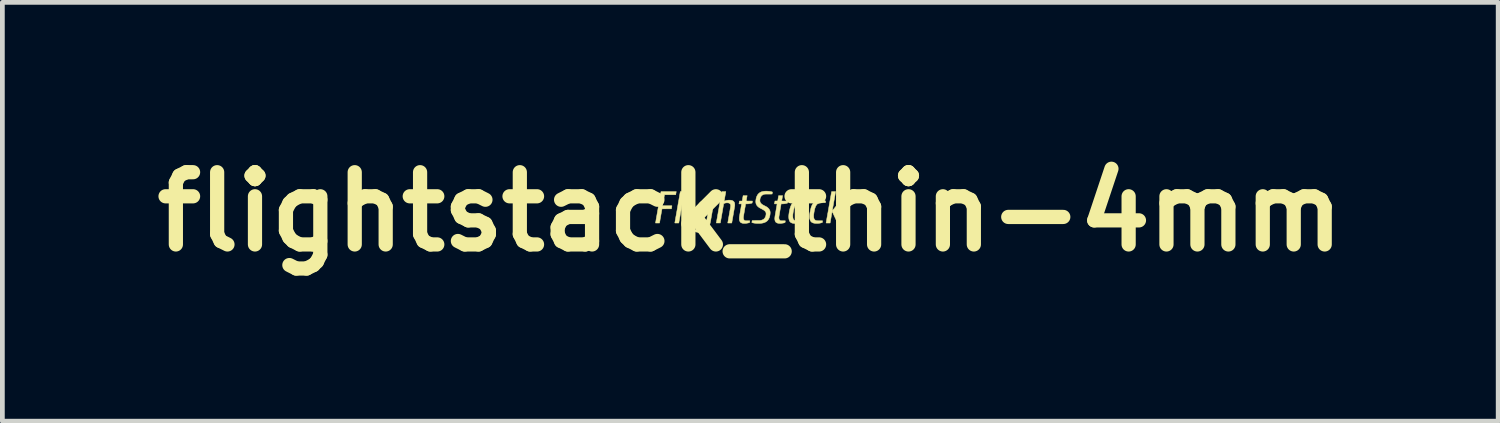
<source format=kicad_pcb>
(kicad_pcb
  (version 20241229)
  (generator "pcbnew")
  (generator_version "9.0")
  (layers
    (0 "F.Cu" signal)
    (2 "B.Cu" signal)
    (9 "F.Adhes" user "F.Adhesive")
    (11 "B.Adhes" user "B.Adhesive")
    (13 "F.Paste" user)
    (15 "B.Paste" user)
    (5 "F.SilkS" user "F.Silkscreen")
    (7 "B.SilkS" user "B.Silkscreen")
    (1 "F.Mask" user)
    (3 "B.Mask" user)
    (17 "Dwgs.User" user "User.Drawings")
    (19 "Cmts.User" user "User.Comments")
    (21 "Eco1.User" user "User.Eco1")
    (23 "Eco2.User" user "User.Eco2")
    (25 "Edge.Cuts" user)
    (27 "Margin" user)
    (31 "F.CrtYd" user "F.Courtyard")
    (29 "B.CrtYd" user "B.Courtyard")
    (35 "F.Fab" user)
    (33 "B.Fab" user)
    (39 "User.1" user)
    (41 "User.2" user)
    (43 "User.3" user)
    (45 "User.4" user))
  (footprint "flightstack_thin-4mm"
    (layer "F.Cu")
    (at 12.78 1.418)
    (property "Reference" "flightstack_thin-4mm" (at 0 0 0) (layer "F.SilkS") (effects (font (size 1.524 1.524) (thickness 0.3))))
    (attr through_hole)
    (fp_poly (pts (xy -1.242 -0.406) (xy -1.234 -0.406) (xy -1.226 -0.406) (xy -1.22 -0.406) (xy -1.178 -0.406) (xy -1.184 -0.366) (xy -1.186 -0.357) (xy -1.187 -0.348) (xy -1.189 -0.34) (xy -1.19 -0.332) (xy -1.191 -0.325) (xy -1.192 -0.32) (xy -1.193 -0.315) (xy -1.193 -0.314) (xy -1.195 -0.302) (xy -1.237 -0.302) (xy -1.247 -0.302) (xy -1.256 -0.302) (xy -1.263 -0.302) (xy -1.268 -0.302) (xy -1.272 -0.303) (xy -1.275 -0.303) (xy -1.277 -0.303) (xy -1.278 -0.303) (xy -1.279 -0.303) (xy -1.279 -0.304) (xy -1.279 -0.304) (xy -1.279 -0.305) (xy -1.279 -0.308) (xy -1.278 -0.312) (xy -1.277 -0.318) (xy -1.276 -0.324) (xy -1.275 -0.331) (xy -1.274 -0.339) (xy -1.272 -0.348) (xy -1.271 -0.356) (xy -1.269 -0.365) (xy -1.268 -0.373) (xy -1.267 -0.381) (xy -1.265 -0.388) (xy -1.264 -0.394) (xy -1.263 -0.399) (xy -1.263 -0.403) (xy -1.262 -0.406) (xy -1.262 -0.406) (xy -1.261 -0.406) (xy -1.258 -0.406) (xy -1.254 -0.406) (xy -1.249 -0.406) (xy -1.242 -0.406)) (stroke (width 0.01) (type solid)) (fill yes) (layer "F.SilkS"))
    (fp_poly (pts (xy -1.271 -0.236) (xy -1.264 -0.236) (xy -1.256 -0.236) (xy -1.249 -0.236) (xy -1.207 -0.236) (xy -1.248 0) (xy -1.252 0.021) (xy -1.256 0.041) (xy -1.259 0.061) (xy -1.262 0.08) (xy -1.266 0.099) (xy -1.269 0.116) (xy -1.272 0.133) (xy -1.275 0.149) (xy -1.277 0.163) (xy -1.279 0.177) (xy -1.282 0.189) (xy -1.284 0.201) (xy -1.285 0.21) (xy -1.287 0.219) (xy -1.288 0.225) (xy -1.289 0.231) (xy -1.29 0.234) (xy -1.29 0.236) (xy -1.29 0.236) (xy -1.291 0.236) (xy -1.293 0.237) (xy -1.298 0.237) (xy -1.303 0.237) (xy -1.31 0.237) (xy -1.317 0.237) (xy -1.325 0.237) (xy -1.332 0.237) (xy -1.343 0.237) (xy -1.351 0.237) (xy -1.359 0.237) (xy -1.364 0.237) (xy -1.368 0.237) (xy -1.371 0.236) (xy -1.373 0.236) (xy -1.374 0.236) (xy -1.374 0.236) (xy -1.374 0.235) (xy -1.374 0.232) (xy -1.373 0.228) (xy -1.372 0.221) (xy -1.371 0.214) (xy -1.369 0.205) (xy -1.367 0.195) (xy -1.365 0.184) (xy -1.363 0.171) (xy -1.361 0.158) (xy -1.358 0.143) (xy -1.355 0.128) (xy -1.353 0.112) (xy -1.35 0.096) (xy -1.347 0.079) (xy -1.344 0.061) (xy -1.341 0.043) (xy -1.337 0.025) (xy -1.334 0.007) (xy -1.331 -0.011) (xy -1.328 -0.029) (xy -1.325 -0.047) (xy -1.322 -0.065) (xy -1.319 -0.082) (xy -1.316 -0.099) (xy -1.313 -0.115) (xy -1.31 -0.131) (xy -1.307 -0.146) (xy -1.305 -0.16) (xy -1.302 -0.174) (xy -1.3 -0.186) (xy -1.298 -0.197) (xy -1.297 -0.207) (xy -1.295 -0.216) (xy -1.294 -0.223) (xy -1.293 -0.229) (xy -1.292 -0.233) (xy -1.291 -0.235) (xy -1.291 -0.236) (xy -1.29 -0.236) (xy -1.288 -0.236) (xy -1.284 -0.236) (xy -1.278 -0.236) (xy -1.271 -0.236)) (stroke (width 0.01) (type solid)) (fill yes) (layer "F.SilkS"))
    (fp_poly (pts (xy -1.424 -0.426) (xy -1.416 -0.426) (xy -1.409 -0.425) (xy -1.404 -0.425) (xy -1.4 -0.425) (xy -1.397 -0.425) (xy -1.394 -0.425) (xy -1.393 -0.425) (xy -1.392 -0.424) (xy -1.392 -0.424) (xy -1.392 -0.424) (xy -1.392 -0.423) (xy -1.393 -0.42) (xy -1.394 -0.416) (xy -1.395 -0.41) (xy -1.396 -0.402) (xy -1.398 -0.393) (xy -1.399 -0.383) (xy -1.402 -0.371) (xy -1.404 -0.358) (xy -1.406 -0.344) (xy -1.409 -0.328) (xy -1.412 -0.312) (xy -1.415 -0.295) (xy -1.418 -0.277) (xy -1.421 -0.259) (xy -1.424 -0.239) (xy -1.428 -0.22) (xy -1.432 -0.199) (xy -1.435 -0.179) (xy -1.439 -0.158) (xy -1.443 -0.136) (xy -1.446 -0.115) (xy -1.45 -0.093) (xy -1.454 -0.072) (xy -1.458 -0.05) (xy -1.461 -0.029) (xy -1.465 -0.008) (xy -1.469 0.013) (xy -1.472 0.033) (xy -1.476 0.053) (xy -1.479 0.072) (xy -1.482 0.091) (xy -1.485 0.108) (xy -1.488 0.125) (xy -1.491 0.142) (xy -1.494 0.157) (xy -1.496 0.171) (xy -1.499 0.184) (xy -1.501 0.196) (xy -1.503 0.206) (xy -1.504 0.215) (xy -1.506 0.223) (xy -1.507 0.229) (xy -1.507 0.233) (xy -1.508 0.234) (xy -1.508 0.237) (xy -1.55 0.237) (xy -1.56 0.237) (xy -1.569 0.237) (xy -1.575 0.237) (xy -1.581 0.237) (xy -1.585 0.237) (xy -1.588 0.237) (xy -1.59 0.236) (xy -1.591 0.236) (xy -1.592 0.236) (xy -1.592 0.236) (xy -1.592 0.235) (xy -1.592 0.234) (xy -1.592 0.231) (xy -1.591 0.227) (xy -1.59 0.221) (xy -1.588 0.213) (xy -1.587 0.203) (xy -1.585 0.193) (xy -1.583 0.18) (xy -1.58 0.167) (xy -1.578 0.152) (xy -1.575 0.136) (xy -1.572 0.119) (xy -1.569 0.101) (xy -1.565 0.081) (xy -1.562 0.061) (xy -1.558 0.04) (xy -1.554 0.018) (xy -1.55 -0.004) (xy -1.546 -0.027) (xy -1.542 -0.051) (xy -1.538 -0.075) (xy -1.534 -0.095) (xy -1.53 -0.12) (xy -1.526 -0.144) (xy -1.522 -0.168) (xy -1.518 -0.191) (xy -1.514 -0.213) (xy -1.51 -0.235) (xy -1.506 -0.256) (xy -1.503 -0.276) (xy -1.499 -0.295) (xy -1.496 -0.313) (xy -1.493 -0.329) (xy -1.491 -0.345) (xy -1.488 -0.36) (xy -1.486 -0.373) (xy -1.484 -0.385) (xy -1.482 -0.395) (xy -1.48 -0.404) (xy -1.479 -0.412) (xy -1.478 -0.418) (xy -1.477 -0.422) (xy -1.477 -0.424) (xy -1.477 -0.425) (xy -1.476 -0.425) (xy -1.473 -0.425) (xy -1.469 -0.425) (xy -1.463 -0.425) (xy -1.457 -0.425) (xy -1.449 -0.426) (xy -1.441 -0.426) (xy -1.434 -0.426) (xy -1.424 -0.426)) (stroke (width 0.01) (type solid)) (fill yes) (layer "F.SilkS"))
    (fp_poly (pts (xy -1.562 -0.423) (xy -1.563 -0.421) (xy -1.563 -0.418) (xy -1.564 -0.414) (xy -1.565 -0.408) (xy -1.566 -0.402) (xy -1.567 -0.394) (xy -1.568 -0.392) (xy -1.569 -0.385) (xy -1.57 -0.378) (xy -1.571 -0.372) (xy -1.572 -0.367) (xy -1.572 -0.364) (xy -1.573 -0.362) (xy -1.573 -0.361) (xy -1.573 -0.359) (xy -1.81 -0.359) (xy -1.83 -0.244) (xy -1.833 -0.23) (xy -1.836 -0.216) (xy -1.838 -0.202) (xy -1.84 -0.19) (xy -1.842 -0.178) (xy -1.844 -0.167) (xy -1.846 -0.157) (xy -1.847 -0.149) (xy -1.849 -0.142) (xy -1.85 -0.136) (xy -1.85 -0.132) (xy -1.851 -0.129) (xy -1.851 -0.128) (xy -1.851 -0.128) (xy -1.85 -0.128) (xy -1.848 -0.128) (xy -1.845 -0.128) (xy -1.841 -0.127) (xy -1.836 -0.127) (xy -1.829 -0.127) (xy -1.822 -0.127) (xy -1.813 -0.127) (xy -1.803 -0.127) (xy -1.791 -0.127) (xy -1.777 -0.127) (xy -1.761 -0.127) (xy -1.752 -0.127) (xy -1.735 -0.127) (xy -1.721 -0.127) (xy -1.708 -0.127) (xy -1.697 -0.127) (xy -1.687 -0.127) (xy -1.679 -0.127) (xy -1.672 -0.127) (xy -1.666 -0.127) (xy -1.661 -0.127) (xy -1.658 -0.126) (xy -1.655 -0.126) (xy -1.654 -0.126) (xy -1.653 -0.126) (xy -1.653 -0.126) (xy -1.653 -0.125) (xy -1.654 -0.122) (xy -1.654 -0.118) (xy -1.655 -0.112) (xy -1.656 -0.106) (xy -1.658 -0.099) (xy -1.658 -0.093) (xy -1.664 -0.062) (xy -1.763 -0.062) (xy -1.863 -0.061) (xy -1.883 0.054) (xy -1.886 0.069) (xy -1.888 0.085) (xy -1.891 0.1) (xy -1.893 0.114) (xy -1.896 0.129) (xy -1.898 0.142) (xy -1.901 0.155) (xy -1.903 0.167) (xy -1.904 0.177) (xy -1.906 0.187) (xy -1.907 0.195) (xy -1.908 0.201) (xy -1.909 0.203) (xy -1.915 0.237) (xy -2 0.237) (xy -1.998 0.23) (xy -1.998 0.229) (xy -1.997 0.225) (xy -1.997 0.22) (xy -1.995 0.214) (xy -1.994 0.206) (xy -1.992 0.196) (xy -1.99 0.185) (xy -1.988 0.172) (xy -1.986 0.158) (xy -1.983 0.143) (xy -1.98 0.127) (xy -1.977 0.109) (xy -1.974 0.091) (xy -1.97 0.071) (xy -1.967 0.051) (xy -1.963 0.03) (xy -1.959 0.008) (xy -1.955 -0.015) (xy -1.951 -0.038) (xy -1.947 -0.062) (xy -1.943 -0.086) (xy -1.941 -0.099) (xy -1.936 -0.123) (xy -1.932 -0.147) (xy -1.928 -0.17) (xy -1.924 -0.193) (xy -1.92 -0.215) (xy -1.916 -0.237) (xy -1.913 -0.257) (xy -1.909 -0.277) (xy -1.906 -0.296) (xy -1.903 -0.314) (xy -1.9 -0.33) (xy -1.897 -0.346) (xy -1.895 -0.36) (xy -1.892 -0.373) (xy -1.89 -0.385) (xy -1.889 -0.395) (xy -1.887 -0.404) (xy -1.886 -0.411) (xy -1.885 -0.417) (xy -1.884 -0.42) (xy -1.884 -0.423) (xy -1.884 -0.423) (xy -1.883 -0.426) (xy -1.562 -0.426) (xy -1.562 -0.423)) (stroke (width 0.01) (type solid)) (fill yes) (layer "F.SilkS"))
    (fp_poly (pts (xy 1.486 -0.245) (xy 1.495 -0.245) (xy 1.503 -0.244) (xy 1.51 -0.244) (xy 1.516 -0.243) (xy 1.517 -0.243) (xy 1.526 -0.242) (xy 1.536 -0.24) (xy 1.546 -0.238) (xy 1.556 -0.236) (xy 1.564 -0.235) (xy 1.564 -0.234) (xy 1.569 -0.233) (xy 1.575 -0.232) (xy 1.58 -0.23) (xy 1.584 -0.229) (xy 1.587 -0.228) (xy 1.589 -0.227) (xy 1.59 -0.227) (xy 1.59 -0.225) (xy 1.59 -0.223) (xy 1.589 -0.219) (xy 1.588 -0.214) (xy 1.587 -0.208) (xy 1.587 -0.208) (xy 1.584 -0.19) (xy 1.538 -0.19) (xy 1.529 -0.19) (xy 1.519 -0.189) (xy 1.51 -0.189) (xy 1.501 -0.189) (xy 1.494 -0.189) (xy 1.487 -0.189) (xy 1.482 -0.189) (xy 1.479 -0.189) (xy 1.464 -0.187) (xy 1.451 -0.184) (xy 1.438 -0.179) (xy 1.427 -0.173) (xy 1.416 -0.165) (xy 1.407 -0.156) (xy 1.398 -0.146) (xy 1.392 -0.136) (xy 1.385 -0.126) (xy 1.379 -0.114) (xy 1.374 -0.101) (xy 1.369 -0.088) (xy 1.364 -0.073) (xy 1.359 -0.056) (xy 1.355 -0.038) (xy 1.351 -0.019) (xy 1.347 0.003) (xy 1.346 0.007) (xy 1.344 0.022) (xy 1.342 0.035) (xy 1.34 0.046) (xy 1.339 0.057) (xy 1.338 0.066) (xy 1.338 0.075) (xy 1.337 0.084) (xy 1.337 0.093) (xy 1.338 0.098) (xy 1.338 0.112) (xy 1.34 0.125) (xy 1.342 0.136) (xy 1.345 0.145) (xy 1.349 0.154) (xy 1.354 0.161) (xy 1.358 0.166) (xy 1.364 0.172) (xy 1.371 0.177) (xy 1.378 0.181) (xy 1.385 0.184) (xy 1.394 0.186) (xy 1.397 0.187) (xy 1.401 0.188) (xy 1.406 0.188) (xy 1.411 0.189) (xy 1.417 0.189) (xy 1.425 0.19) (xy 1.433 0.19) (xy 1.443 0.19) (xy 1.454 0.19) (xy 1.466 0.19) (xy 1.48 0.19) (xy 1.526 0.191) (xy 1.526 0.193) (xy 1.525 0.195) (xy 1.525 0.198) (xy 1.524 0.203) (xy 1.523 0.208) (xy 1.522 0.212) (xy 1.52 0.227) (xy 1.514 0.229) (xy 1.507 0.231) (xy 1.499 0.233) (xy 1.49 0.236) (xy 1.479 0.238) (xy 1.469 0.24) (xy 1.458 0.242) (xy 1.448 0.243) (xy 1.441 0.244) (xy 1.437 0.245) (xy 1.431 0.245) (xy 1.424 0.245) (xy 1.417 0.246) (xy 1.409 0.246) (xy 1.402 0.246) (xy 1.395 0.246) (xy 1.389 0.246) (xy 1.384 0.246) (xy 1.383 0.246) (xy 1.367 0.244) (xy 1.354 0.242) (xy 1.341 0.24) (xy 1.331 0.237) (xy 1.321 0.234) (xy 1.312 0.23) (xy 1.304 0.226) (xy 1.296 0.221) (xy 1.289 0.215) (xy 1.288 0.214) (xy 1.28 0.205) (xy 1.273 0.196) (xy 1.268 0.186) (xy 1.263 0.174) (xy 1.259 0.162) (xy 1.256 0.147) (xy 1.254 0.139) (xy 1.254 0.132) (xy 1.253 0.124) (xy 1.252 0.114) (xy 1.252 0.104) (xy 1.252 0.093) (xy 1.252 0.083) (xy 1.253 0.074) (xy 1.253 0.069) (xy 1.255 0.052) (xy 1.257 0.033) (xy 1.26 0.014) (xy 1.264 -0.005) (xy 1.268 -0.025) (xy 1.272 -0.043) (xy 1.276 -0.061) (xy 1.277 -0.064) (xy 1.283 -0.088) (xy 1.291 -0.11) (xy 1.299 -0.13) (xy 1.308 -0.148) (xy 1.318 -0.165) (xy 1.329 -0.18) (xy 1.34 -0.194) (xy 1.352 -0.205) (xy 1.365 -0.215) (xy 1.373 -0.221) (xy 1.385 -0.227) (xy 1.397 -0.232) (xy 1.411 -0.236) (xy 1.426 -0.24) (xy 1.442 -0.243) (xy 1.448 -0.244) (xy 1.453 -0.244) (xy 1.46 -0.245) (xy 1.468 -0.245) (xy 1.477 -0.245) (xy 1.486 -0.245)) (stroke (width 0.01) (type solid)) (fill yes) (layer "F.SilkS"))
    (fp_poly (pts (xy 0.682 -0.338) (xy 0.682 -0.337) (xy 0.681 -0.334) (xy 0.68 -0.33) (xy 0.679 -0.324) (xy 0.678 -0.317) (xy 0.677 -0.31) (xy 0.675 -0.302) (xy 0.674 -0.293) (xy 0.672 -0.284) (xy 0.671 -0.276) (xy 0.669 -0.267) (xy 0.668 -0.259) (xy 0.667 -0.251) (xy 0.665 -0.244) (xy 0.664 -0.238) (xy 0.663 -0.233) (xy 0.663 -0.229) (xy 0.663 -0.227) (xy 0.662 -0.227) (xy 0.663 -0.227) (xy 0.666 -0.227) (xy 0.67 -0.227) (xy 0.676 -0.227) (xy 0.683 -0.227) (xy 0.691 -0.227) (xy 0.7 -0.226) (xy 0.71 -0.226) (xy 0.721 -0.226) (xy 0.729 -0.226) (xy 0.795 -0.226) (xy 0.791 -0.205) (xy 0.787 -0.184) (xy 0.784 -0.183) (xy 0.781 -0.182) (xy 0.778 -0.181) (xy 0.774 -0.18) (xy 0.771 -0.18) (xy 0.752 -0.175) (xy 0.732 -0.171) (xy 0.711 -0.168) (xy 0.691 -0.167) (xy 0.671 -0.166) (xy 0.67 -0.166) (xy 0.651 -0.166) (xy 0.651 -0.163) (xy 0.65 -0.161) (xy 0.649 -0.157) (xy 0.648 -0.151) (xy 0.647 -0.144) (xy 0.646 -0.136) (xy 0.644 -0.126) (xy 0.642 -0.115) (xy 0.64 -0.104) (xy 0.638 -0.092) (xy 0.636 -0.079) (xy 0.634 -0.066) (xy 0.631 -0.052) (xy 0.629 -0.038) (xy 0.626 -0.024) (xy 0.624 -0.01) (xy 0.622 0.004) (xy 0.619 0.017) (xy 0.617 0.03) (xy 0.615 0.043) (xy 0.613 0.055) (xy 0.611 0.065) (xy 0.61 0.075) (xy 0.608 0.084) (xy 0.607 0.092) (xy 0.606 0.098) (xy 0.605 0.103) (xy 0.605 0.106) (xy 0.605 0.107) (xy 0.604 0.12) (xy 0.604 0.133) (xy 0.606 0.144) (xy 0.608 0.155) (xy 0.612 0.164) (xy 0.617 0.172) (xy 0.623 0.179) (xy 0.629 0.184) (xy 0.63 0.184) (xy 0.632 0.186) (xy 0.634 0.187) (xy 0.636 0.187) (xy 0.639 0.188) (xy 0.641 0.189) (xy 0.645 0.189) (xy 0.65 0.189) (xy 0.655 0.19) (xy 0.662 0.19) (xy 0.67 0.19) (xy 0.679 0.19) (xy 0.69 0.19) (xy 0.693 0.19) (xy 0.74 0.191) (xy 0.737 0.208) (xy 0.736 0.214) (xy 0.735 0.219) (xy 0.734 0.223) (xy 0.734 0.226) (xy 0.733 0.227) (xy 0.733 0.227) (xy 0.732 0.228) (xy 0.73 0.229) (xy 0.726 0.23) (xy 0.721 0.232) (xy 0.716 0.233) (xy 0.711 0.235) (xy 0.706 0.236) (xy 0.701 0.237) (xy 0.683 0.24) (xy 0.665 0.243) (xy 0.649 0.245) (xy 0.633 0.246) (xy 0.619 0.246) (xy 0.606 0.245) (xy 0.606 0.245) (xy 0.591 0.243) (xy 0.578 0.24) (xy 0.566 0.236) (xy 0.556 0.231) (xy 0.547 0.225) (xy 0.543 0.222) (xy 0.538 0.218) (xy 0.535 0.213) (xy 0.531 0.208) (xy 0.529 0.202) (xy 0.524 0.192) (xy 0.521 0.181) (xy 0.519 0.168) (xy 0.517 0.155) (xy 0.517 0.14) (xy 0.518 0.124) (xy 0.52 0.107) (xy 0.52 0.105) (xy 0.52 0.103) (xy 0.521 0.099) (xy 0.522 0.093) (xy 0.523 0.086) (xy 0.524 0.078) (xy 0.526 0.068) (xy 0.528 0.057) (xy 0.53 0.045) (xy 0.532 0.032) (xy 0.535 0.018) (xy 0.537 0.004) (xy 0.54 -0.011) (xy 0.542 -0.026) (xy 0.544 -0.034) (xy 0.546 -0.049) (xy 0.549 -0.064) (xy 0.551 -0.078) (xy 0.554 -0.092) (xy 0.556 -0.105) (xy 0.558 -0.116) (xy 0.56 -0.127) (xy 0.561 -0.137) (xy 0.563 -0.145) (xy 0.564 -0.152) (xy 0.565 -0.157) (xy 0.565 -0.161) (xy 0.566 -0.164) (xy 0.566 -0.164) (xy 0.566 -0.165) (xy 0.565 -0.165) (xy 0.565 -0.165) (xy 0.563 -0.166) (xy 0.561 -0.166) (xy 0.558 -0.166) (xy 0.553 -0.166) (xy 0.547 -0.166) (xy 0.539 -0.166) (xy 0.51 -0.166) (xy 0.51 -0.168) (xy 0.51 -0.17) (xy 0.511 -0.173) (xy 0.512 -0.178) (xy 0.513 -0.183) (xy 0.514 -0.19) (xy 0.515 -0.197) (xy 0.516 -0.199) (xy 0.521 -0.227) (xy 0.578 -0.227) (xy 0.588 -0.283) (xy 0.598 -0.34) (xy 0.682 -0.34) (xy 0.682 -0.338)) (stroke (width 0.01) (type solid)) (fill yes) (layer "F.SilkS"))
    (fp_poly (pts (xy -0.067 -0.338) (xy -0.067 -0.337) (xy -0.068 -0.334) (xy -0.068 -0.33) (xy -0.069 -0.324) (xy -0.07 -0.317) (xy -0.072 -0.31) (xy -0.073 -0.302) (xy -0.075 -0.293) (xy -0.076 -0.285) (xy -0.078 -0.276) (xy -0.079 -0.267) (xy -0.081 -0.259) (xy -0.082 -0.251) (xy -0.083 -0.244) (xy -0.084 -0.238) (xy -0.085 -0.233) (xy -0.086 -0.229) (xy -0.086 -0.227) (xy -0.086 -0.227) (xy -0.085 -0.227) (xy -0.083 -0.227) (xy -0.078 -0.227) (xy -0.073 -0.227) (xy -0.066 -0.227) (xy -0.058 -0.226) (xy -0.048 -0.226) (xy -0.039 -0.226) (xy -0.028 -0.226) (xy -0.02 -0.226) (xy 0.046 -0.226) (xy 0.042 -0.205) (xy 0.039 -0.184) (xy 0.035 -0.183) (xy 0.033 -0.182) (xy 0.029 -0.181) (xy 0.025 -0.18) (xy 0.023 -0.18) (xy 0.003 -0.175) (xy -0.017 -0.171) (xy -0.038 -0.168) (xy -0.058 -0.167) (xy -0.078 -0.166) (xy -0.079 -0.166) (xy -0.097 -0.166) (xy -0.098 -0.163) (xy -0.098 -0.162) (xy -0.099 -0.159) (xy -0.1 -0.154) (xy -0.101 -0.148) (xy -0.102 -0.14) (xy -0.104 -0.131) (xy -0.105 -0.121) (xy -0.107 -0.111) (xy -0.109 -0.099) (xy -0.111 -0.087) (xy -0.114 -0.074) (xy -0.116 -0.061) (xy -0.118 -0.047) (xy -0.121 -0.034) (xy -0.123 -0.02) (xy -0.125 -0.007) (xy -0.127 0.007) (xy -0.13 0.02) (xy -0.132 0.032) (xy -0.134 0.044) (xy -0.136 0.055) (xy -0.137 0.065) (xy -0.139 0.073) (xy -0.14 0.081) (xy -0.141 0.088) (xy -0.142 0.093) (xy -0.143 0.096) (xy -0.143 0.098) (xy -0.144 0.11) (xy -0.145 0.123) (xy -0.144 0.135) (xy -0.143 0.146) (xy -0.14 0.156) (xy -0.137 0.165) (xy -0.136 0.165) (xy -0.134 0.169) (xy -0.13 0.174) (xy -0.126 0.179) (xy -0.122 0.182) (xy -0.119 0.184) (xy -0.117 0.186) (xy -0.115 0.186) (xy -0.113 0.187) (xy -0.11 0.188) (xy -0.107 0.189) (xy -0.104 0.189) (xy -0.099 0.189) (xy -0.094 0.19) (xy -0.087 0.19) (xy -0.079 0.19) (xy -0.07 0.19) (xy -0.059 0.19) (xy -0.056 0.19) (xy -0.009 0.191) (xy -0.012 0.206) (xy -0.013 0.213) (xy -0.014 0.218) (xy -0.014 0.222) (xy -0.015 0.225) (xy -0.016 0.227) (xy -0.017 0.228) (xy -0.018 0.229) (xy -0.02 0.229) (xy -0.022 0.23) (xy -0.022 0.23) (xy -0.032 0.233) (xy -0.043 0.236) (xy -0.055 0.238) (xy -0.068 0.241) (xy -0.081 0.243) (xy -0.095 0.244) (xy -0.097 0.245) (xy -0.108 0.246) (xy -0.118 0.246) (xy -0.127 0.246) (xy -0.136 0.246) (xy -0.143 0.245) (xy -0.158 0.243) (xy -0.172 0.24) (xy -0.183 0.236) (xy -0.194 0.231) (xy -0.203 0.224) (xy -0.211 0.217) (xy -0.217 0.208) (xy -0.222 0.197) (xy -0.227 0.185) (xy -0.23 0.172) (xy -0.23 0.171) (xy -0.231 0.166) (xy -0.231 0.159) (xy -0.231 0.152) (xy -0.231 0.144) (xy -0.231 0.135) (xy -0.231 0.127) (xy -0.23 0.12) (xy -0.23 0.119) (xy -0.23 0.116) (xy -0.23 0.114) (xy -0.23 0.111) (xy -0.229 0.109) (xy -0.229 0.106) (xy -0.228 0.102) (xy -0.228 0.099) (xy -0.227 0.094) (xy -0.226 0.089) (xy -0.225 0.083) (xy -0.224 0.077) (xy -0.223 0.069) (xy -0.221 0.06) (xy -0.22 0.051) (xy -0.218 0.039) (xy -0.216 0.027) (xy -0.213 0.013) (xy -0.211 -0.003) (xy -0.208 -0.02) (xy -0.205 -0.037) (xy -0.202 -0.052) (xy -0.199 -0.066) (xy -0.197 -0.081) (xy -0.195 -0.094) (xy -0.193 -0.106) (xy -0.191 -0.118) (xy -0.189 -0.129) (xy -0.187 -0.138) (xy -0.186 -0.146) (xy -0.185 -0.153) (xy -0.184 -0.158) (xy -0.183 -0.162) (xy -0.183 -0.164) (xy -0.183 -0.164) (xy -0.183 -0.164) (xy -0.183 -0.165) (xy -0.184 -0.165) (xy -0.185 -0.165) (xy -0.187 -0.166) (xy -0.19 -0.166) (xy -0.195 -0.166) (xy -0.2 -0.166) (xy -0.208 -0.166) (xy -0.211 -0.166) (xy -0.219 -0.166) (xy -0.226 -0.166) (xy -0.231 -0.166) (xy -0.235 -0.166) (xy -0.237 -0.166) (xy -0.238 -0.167) (xy -0.239 -0.167) (xy -0.239 -0.167) (xy -0.239 -0.168) (xy -0.238 -0.171) (xy -0.237 -0.175) (xy -0.236 -0.181) (xy -0.235 -0.187) (xy -0.234 -0.194) (xy -0.233 -0.197) (xy -0.228 -0.226) (xy -0.199 -0.226) (xy -0.171 -0.227) (xy -0.161 -0.283) (xy -0.151 -0.34) (xy -0.109 -0.34) (xy -0.066 -0.34) (xy -0.067 -0.338)) (stroke (width 0.01) (type solid)) (fill yes) (layer "F.SilkS"))
    (fp_poly (pts (xy 1.064 -0.245) (xy 1.073 -0.245) (xy 1.082 -0.244) (xy 1.09 -0.244) (xy 1.093 -0.243) (xy 1.108 -0.241) (xy 1.123 -0.239) (xy 1.138 -0.235) (xy 1.153 -0.232) (xy 1.167 -0.228) (xy 1.18 -0.224) (xy 1.191 -0.219) (xy 1.192 -0.219) (xy 1.194 -0.218) (xy 1.196 -0.217) (xy 1.196 -0.215) (xy 1.196 -0.214) (xy 1.195 -0.213) (xy 1.195 -0.21) (xy 1.194 -0.206) (xy 1.193 -0.199) (xy 1.192 -0.192) (xy 1.19 -0.182) (xy 1.188 -0.172) (xy 1.186 -0.16) (xy 1.184 -0.147) (xy 1.181 -0.132) (xy 1.179 -0.117) (xy 1.176 -0.101) (xy 1.173 -0.084) (xy 1.17 -0.066) (xy 1.166 -0.047) (xy 1.163 -0.028) (xy 1.159 -0.008) (xy 1.156 0.01) (xy 1.153 0.031) (xy 1.149 0.05) (xy 1.146 0.07) (xy 1.143 0.088) (xy 1.14 0.106) (xy 1.137 0.123) (xy 1.134 0.139) (xy 1.131 0.155) (xy 1.129 0.169) (xy 1.126 0.182) (xy 1.124 0.193) (xy 1.122 0.204) (xy 1.121 0.213) (xy 1.119 0.221) (xy 1.118 0.227) (xy 1.118 0.231) (xy 1.117 0.234) (xy 1.117 0.235) (xy 1.116 0.237) (xy 1.046 0.237) (xy 1.046 0.209) (xy 1.044 0.209) (xy 1.042 0.209) (xy 1.039 0.211) (xy 1.035 0.213) (xy 1.032 0.215) (xy 1.018 0.225) (xy 1.002 0.232) (xy 0.986 0.238) (xy 0.969 0.243) (xy 0.951 0.245) (xy 0.933 0.246) (xy 0.914 0.245) (xy 0.9 0.243) (xy 0.887 0.24) (xy 0.875 0.236) (xy 0.864 0.231) (xy 0.855 0.225) (xy 0.851 0.223) (xy 0.843 0.215) (xy 0.836 0.207) (xy 0.83 0.197) (xy 0.825 0.186) (xy 0.821 0.174) (xy 0.817 0.16) (xy 0.814 0.145) (xy 0.813 0.132) (xy 0.812 0.119) (xy 0.811 0.104) (xy 0.812 0.101) (xy 0.898 0.101) (xy 0.898 0.116) (xy 0.9 0.13) (xy 0.903 0.142) (xy 0.907 0.153) (xy 0.909 0.158) (xy 0.913 0.164) (xy 0.918 0.171) (xy 0.924 0.176) (xy 0.93 0.18) (xy 0.932 0.182) (xy 0.941 0.185) (xy 0.951 0.188) (xy 0.963 0.189) (xy 0.975 0.19) (xy 0.987 0.189) (xy 0.992 0.188) (xy 1.007 0.185) (xy 1.021 0.181) (xy 1.034 0.176) (xy 1.043 0.171) (xy 1.046 0.154) (xy 1.047 0.151) (xy 1.048 0.147) (xy 1.049 0.141) (xy 1.05 0.133) (xy 1.052 0.124) (xy 1.053 0.113) (xy 1.056 0.102) (xy 1.058 0.089) (xy 1.06 0.075) (xy 1.063 0.06) (xy 1.066 0.045) (xy 1.068 0.029) (xy 1.071 0.012) (xy 1.074 -0.005) (xy 1.078 -0.023) (xy 1.078 -0.026) (xy 1.081 -0.043) (xy 1.084 -0.06) (xy 1.087 -0.076) (xy 1.09 -0.091) (xy 1.092 -0.106) (xy 1.095 -0.12) (xy 1.097 -0.133) (xy 1.099 -0.144) (xy 1.101 -0.155) (xy 1.102 -0.164) (xy 1.104 -0.172) (xy 1.105 -0.179) (xy 1.106 -0.184) (xy 1.106 -0.187) (xy 1.106 -0.189) (xy 1.106 -0.189) (xy 1.105 -0.189) (xy 1.103 -0.189) (xy 1.099 -0.189) (xy 1.093 -0.189) (xy 1.087 -0.19) (xy 1.08 -0.19) (xy 1.073 -0.19) (xy 1.066 -0.189) (xy 1.058 -0.189) (xy 1.051 -0.189) (xy 1.045 -0.189) (xy 1.039 -0.189) (xy 1.034 -0.189) (xy 1.031 -0.189) (xy 1.018 -0.187) (xy 1.007 -0.184) (xy 0.996 -0.18) (xy 0.987 -0.175) (xy 0.977 -0.168) (xy 0.97 -0.161) (xy 0.966 -0.157) (xy 0.962 -0.152) (xy 0.958 -0.146) (xy 0.955 -0.143) (xy 0.952 -0.138) (xy 0.949 -0.132) (xy 0.945 -0.124) (xy 0.941 -0.117) (xy 0.937 -0.109) (xy 0.934 -0.101) (xy 0.931 -0.095) (xy 0.93 -0.092) (xy 0.926 -0.079) (xy 0.921 -0.064) (xy 0.917 -0.048) (xy 0.913 -0.029) (xy 0.909 -0.009) (xy 0.905 0.012) (xy 0.903 0.026) (xy 0.9 0.046) (xy 0.898 0.066) (xy 0.898 0.084) (xy 0.898 0.101) (xy 0.812 0.101) (xy 0.812 0.088) (xy 0.813 0.071) (xy 0.815 0.052) (xy 0.818 0.032) (xy 0.821 0.012) (xy 0.825 -0.01) (xy 0.829 -0.032) (xy 0.831 -0.04) (xy 0.837 -0.065) (xy 0.844 -0.088) (xy 0.851 -0.109) (xy 0.859 -0.129) (xy 0.867 -0.147) (xy 0.877 -0.163) (xy 0.887 -0.177) (xy 0.897 -0.19) (xy 0.908 -0.201) (xy 0.92 -0.21) (xy 0.932 -0.218) (xy 0.944 -0.225) (xy 0.958 -0.231) (xy 0.972 -0.236) (xy 0.988 -0.239) (xy 1.006 -0.243) (xy 1.011 -0.243) (xy 1.017 -0.244) (xy 1.025 -0.244) (xy 1.034 -0.245) (xy 1.044 -0.245) (xy 1.054 -0.245) (xy 1.064 -0.245)) (stroke (width 0.01) (type solid)) (fill yes) (layer "F.SilkS"))
    (fp_poly (pts (xy -0.522 -0.425) (xy -0.518 -0.425) (xy -0.516 -0.425) (xy -0.516 -0.425) (xy -0.516 -0.424) (xy -0.516 -0.422) (xy -0.517 -0.417) (xy -0.518 -0.412) (xy -0.519 -0.404) (xy -0.521 -0.396) (xy -0.522 -0.386) (xy -0.524 -0.376) (xy -0.526 -0.364) (xy -0.529 -0.352) (xy -0.531 -0.339) (xy -0.533 -0.325) (xy -0.534 -0.324) (xy -0.536 -0.31) (xy -0.538 -0.297) (xy -0.54 -0.285) (xy -0.542 -0.273) (xy -0.544 -0.262) (xy -0.546 -0.252) (xy -0.548 -0.244) (xy -0.549 -0.237) (xy -0.55 -0.231) (xy -0.551 -0.226) (xy -0.551 -0.223) (xy -0.551 -0.222) (xy -0.551 -0.222) (xy -0.55 -0.222) (xy -0.548 -0.223) (xy -0.545 -0.224) (xy -0.541 -0.226) (xy -0.535 -0.228) (xy -0.528 -0.231) (xy -0.521 -0.233) (xy -0.514 -0.235) (xy -0.507 -0.237) (xy -0.505 -0.238) (xy -0.49 -0.241) (xy -0.476 -0.243) (xy -0.461 -0.245) (xy -0.445 -0.245) (xy -0.43 -0.245) (xy -0.416 -0.244) (xy -0.402 -0.242) (xy -0.389 -0.239) (xy -0.378 -0.235) (xy -0.37 -0.232) (xy -0.361 -0.226) (xy -0.352 -0.219) (xy -0.345 -0.211) (xy -0.339 -0.203) (xy -0.335 -0.195) (xy -0.332 -0.185) (xy -0.329 -0.173) (xy -0.328 -0.161) (xy -0.327 -0.148) (xy -0.327 -0.135) (xy -0.328 -0.122) (xy -0.329 -0.12) (xy -0.329 -0.117) (xy -0.33 -0.111) (xy -0.331 -0.105) (xy -0.333 -0.097) (xy -0.334 -0.087) (xy -0.336 -0.077) (xy -0.338 -0.065) (xy -0.34 -0.053) (xy -0.342 -0.04) (xy -0.345 -0.025) (xy -0.347 -0.011) (xy -0.35 0.004) (xy -0.353 0.02) (xy -0.355 0.036) (xy -0.358 0.052) (xy -0.361 0.068) (xy -0.364 0.084) (xy -0.366 0.099) (xy -0.369 0.115) (xy -0.372 0.13) (xy -0.374 0.144) (xy -0.377 0.158) (xy -0.379 0.171) (xy -0.381 0.183) (xy -0.383 0.194) (xy -0.385 0.204) (xy -0.386 0.213) (xy -0.388 0.221) (xy -0.389 0.227) (xy -0.389 0.231) (xy -0.39 0.234) (xy -0.39 0.234) (xy -0.391 0.237) (xy -0.475 0.237) (xy -0.474 0.233) (xy -0.474 0.232) (xy -0.474 0.228) (xy -0.473 0.224) (xy -0.472 0.217) (xy -0.47 0.209) (xy -0.469 0.2) (xy -0.467 0.19) (xy -0.465 0.178) (xy -0.463 0.165) (xy -0.46 0.151) (xy -0.458 0.137) (xy -0.455 0.121) (xy -0.452 0.105) (xy -0.449 0.088) (xy -0.446 0.071) (xy -0.444 0.061) (xy -0.441 0.04) (xy -0.437 0.021) (xy -0.434 0.004) (xy -0.432 -0.012) (xy -0.429 -0.026) (xy -0.427 -0.039) (xy -0.425 -0.05) (xy -0.423 -0.06) (xy -0.422 -0.069) (xy -0.42 -0.077) (xy -0.419 -0.084) (xy -0.418 -0.09) (xy -0.417 -0.096) (xy -0.417 -0.1) (xy -0.416 -0.104) (xy -0.416 -0.107) (xy -0.415 -0.11) (xy -0.415 -0.113) (xy -0.415 -0.115) (xy -0.415 -0.117) (xy -0.415 -0.119) (xy -0.414 -0.121) (xy -0.414 -0.122) (xy -0.414 -0.128) (xy -0.414 -0.133) (xy -0.414 -0.136) (xy -0.415 -0.139) (xy -0.415 -0.142) (xy -0.416 -0.145) (xy -0.417 -0.15) (xy -0.419 -0.154) (xy -0.42 -0.158) (xy -0.42 -0.158) (xy -0.423 -0.163) (xy -0.427 -0.168) (xy -0.432 -0.172) (xy -0.437 -0.177) (xy -0.441 -0.18) (xy -0.442 -0.18) (xy -0.449 -0.183) (xy -0.458 -0.186) (xy -0.467 -0.187) (xy -0.478 -0.188) (xy -0.489 -0.189) (xy -0.5 -0.188) (xy -0.51 -0.187) (xy -0.52 -0.186) (xy -0.528 -0.184) (xy -0.536 -0.181) (xy -0.544 -0.178) (xy -0.552 -0.175) (xy -0.554 -0.174) (xy -0.561 -0.17) (xy -0.562 -0.164) (xy -0.562 -0.163) (xy -0.563 -0.159) (xy -0.564 -0.154) (xy -0.565 -0.148) (xy -0.566 -0.14) (xy -0.568 -0.13) (xy -0.57 -0.119) (xy -0.572 -0.107) (xy -0.574 -0.094) (xy -0.577 -0.08) (xy -0.579 -0.064) (xy -0.582 -0.048) (xy -0.585 -0.031) (xy -0.588 -0.013) (xy -0.591 0.005) (xy -0.595 0.024) (xy -0.597 0.039) (xy -0.632 0.236) (xy -0.717 0.237) (xy -0.716 0.234) (xy -0.716 0.233) (xy -0.715 0.23) (xy -0.714 0.225) (xy -0.713 0.219) (xy -0.712 0.211) (xy -0.71 0.201) (xy -0.708 0.19) (xy -0.706 0.178) (xy -0.704 0.164) (xy -0.701 0.149) (xy -0.698 0.133) (xy -0.695 0.116) (xy -0.692 0.098) (xy -0.689 0.079) (xy -0.685 0.058) (xy -0.681 0.037) (xy -0.678 0.015) (xy -0.674 -0.007) (xy -0.67 -0.03) (xy -0.665 -0.054) (xy -0.661 -0.079) (xy -0.658 -0.097) (xy -0.6 -0.425) (xy -0.558 -0.425) (xy -0.549 -0.425) (xy -0.541 -0.425) (xy -0.534 -0.425) (xy -0.527 -0.425) (xy -0.522 -0.425)) (stroke (width 0.01) (type solid)) (fill yes) (layer "F.SilkS"))
    (fp_poly (pts (xy 1.794 -0.425) (xy 1.798 -0.425) (xy 1.8 -0.425) (xy 1.801 -0.425) (xy 1.801 -0.424) (xy 1.8 -0.422) (xy 1.799 -0.417) (xy 1.798 -0.411) (xy 1.797 -0.404) (xy 1.795 -0.395) (xy 1.793 -0.384) (xy 1.791 -0.373) (xy 1.789 -0.36) (xy 1.787 -0.346) (xy 1.784 -0.331) (xy 1.781 -0.315) (xy 1.778 -0.298) (xy 1.775 -0.281) (xy 1.772 -0.263) (xy 1.769 -0.244) (xy 1.765 -0.225) (xy 1.765 -0.222) (xy 1.761 -0.203) (xy 1.758 -0.184) (xy 1.755 -0.166) (xy 1.752 -0.148) (xy 1.749 -0.131) (xy 1.746 -0.115) (xy 1.743 -0.1) (xy 1.741 -0.086) (xy 1.739 -0.073) (xy 1.737 -0.062) (xy 1.735 -0.051) (xy 1.733 -0.042) (xy 1.732 -0.034) (xy 1.731 -0.028) (xy 1.73 -0.023) (xy 1.729 -0.02) (xy 1.729 -0.019) (xy 1.729 -0.019) (xy 1.73 -0.019) (xy 1.731 -0.02) (xy 1.732 -0.022) (xy 1.735 -0.025) (xy 1.739 -0.03) (xy 1.744 -0.036) (xy 1.749 -0.043) (xy 1.756 -0.051) (xy 1.763 -0.06) (xy 1.771 -0.069) (xy 1.779 -0.08) (xy 1.788 -0.091) (xy 1.797 -0.102) (xy 1.807 -0.114) (xy 1.817 -0.127) (xy 1.818 -0.128) (xy 1.905 -0.236) (xy 1.952 -0.236) (xy 1.963 -0.236) (xy 1.972 -0.236) (xy 1.979 -0.236) (xy 1.985 -0.236) (xy 1.989 -0.236) (xy 1.993 -0.236) (xy 1.995 -0.236) (xy 1.997 -0.235) (xy 1.998 -0.235) (xy 1.998 -0.235) (xy 1.998 -0.235) (xy 1.998 -0.234) (xy 1.997 -0.233) (xy 1.995 -0.231) (xy 1.992 -0.228) (xy 1.988 -0.223) (xy 1.983 -0.217) (xy 1.977 -0.21) (xy 1.971 -0.202) (xy 1.963 -0.193) (xy 1.955 -0.184) (xy 1.947 -0.173) (xy 1.938 -0.162) (xy 1.928 -0.151) (xy 1.918 -0.139) (xy 1.908 -0.126) (xy 1.906 -0.125) (xy 1.896 -0.112) (xy 1.885 -0.1) (xy 1.876 -0.089) (xy 1.867 -0.077) (xy 1.858 -0.067) (xy 1.85 -0.057) (xy 1.842 -0.048) (xy 1.835 -0.04) (xy 1.83 -0.033) (xy 1.825 -0.027) (xy 1.82 -0.022) (xy 1.817 -0.019) (xy 1.815 -0.016) (xy 1.814 -0.015) (xy 1.814 -0.015) (xy 1.814 -0.015) (xy 1.814 -0.014) (xy 1.815 -0.012) (xy 1.816 -0.01) (xy 1.817 -0.007) (xy 1.819 -0.004) (xy 1.821 0.001) (xy 1.823 0.006) (xy 1.826 0.012) (xy 1.83 0.02) (xy 1.834 0.029) (xy 1.839 0.038) (xy 1.844 0.05) (xy 1.85 0.062) (xy 1.857 0.076) (xy 1.864 0.092) (xy 1.873 0.109) (xy 1.873 0.11) (xy 1.88 0.124) (xy 1.887 0.138) (xy 1.894 0.152) (xy 1.9 0.164) (xy 1.906 0.176) (xy 1.911 0.188) (xy 1.916 0.198) (xy 1.92 0.207) (xy 1.924 0.215) (xy 1.928 0.222) (xy 1.93 0.228) (xy 1.932 0.232) (xy 1.934 0.234) (xy 1.934 0.235) (xy 1.934 0.236) (xy 1.934 0.236) (xy 1.933 0.236) (xy 1.932 0.236) (xy 1.93 0.237) (xy 1.927 0.237) (xy 1.923 0.237) (xy 1.918 0.237) (xy 1.912 0.237) (xy 1.904 0.237) (xy 1.894 0.237) (xy 1.888 0.237) (xy 1.841 0.237) (xy 1.785 0.115) (xy 1.778 0.101) (xy 1.772 0.087) (xy 1.765 0.073) (xy 1.76 0.061) (xy 1.754 0.049) (xy 1.749 0.038) (xy 1.744 0.028) (xy 1.74 0.019) (xy 1.737 0.011) (xy 1.733 0.004) (xy 1.731 -0.001) (xy 1.729 -0.005) (xy 1.728 -0.007) (xy 1.728 -0.008) (xy 1.728 -0.008) (xy 1.728 -0.008) (xy 1.727 -0.008) (xy 1.727 -0.008) (xy 1.727 -0.008) (xy 1.727 -0.008) (xy 1.727 -0.007) (xy 1.726 -0.005) (xy 1.726 -0.003) (xy 1.725 0.000155) (xy 1.725 0.004) (xy 1.724 0.008) (xy 1.723 0.014) (xy 1.722 0.021) (xy 1.72 0.029) (xy 1.719 0.038) (xy 1.717 0.048) (xy 1.715 0.06) (xy 1.713 0.074) (xy 1.71 0.089) (xy 1.707 0.106) (xy 1.706 0.115) (xy 1.703 0.129) (xy 1.701 0.144) (xy 1.698 0.157) (xy 1.696 0.17) (xy 1.694 0.182) (xy 1.692 0.193) (xy 1.69 0.203) (xy 1.689 0.212) (xy 1.687 0.22) (xy 1.686 0.226) (xy 1.685 0.231) (xy 1.685 0.234) (xy 1.685 0.235) (xy 1.685 0.235) (xy 1.684 0.237) (xy 1.642 0.237) (xy 1.633 0.237) (xy 1.625 0.237) (xy 1.618 0.237) (xy 1.611 0.237) (xy 1.606 0.237) (xy 1.603 0.236) (xy 1.6 0.236) (xy 1.6 0.236) (xy 1.6 0.235) (xy 1.601 0.232) (xy 1.601 0.228) (xy 1.602 0.222) (xy 1.604 0.214) (xy 1.605 0.205) (xy 1.607 0.194) (xy 1.609 0.182) (xy 1.612 0.168) (xy 1.614 0.153) (xy 1.617 0.137) (xy 1.62 0.12) (xy 1.623 0.102) (xy 1.627 0.083) (xy 1.63 0.063) (xy 1.634 0.042) (xy 1.638 0.02) (xy 1.642 -0.002) (xy 1.646 -0.026) (xy 1.65 -0.049) (xy 1.654 -0.074) (xy 1.658 -0.095) (xy 1.716 -0.425) (xy 1.758 -0.425) (xy 1.767 -0.425) (xy 1.775 -0.425) (xy 1.783 -0.425) (xy 1.789 -0.425) (xy 1.794 -0.425)) (stroke (width 0.01) (type solid)) (fill yes) (layer "F.SilkS"))
    (fp_poly (pts (xy 0.344 -0.435) (xy 0.362 -0.434) (xy 0.38 -0.433) (xy 0.397 -0.431) (xy 0.414 -0.429) (xy 0.43 -0.426) (xy 0.445 -0.423) (xy 0.458 -0.419) (xy 0.459 -0.419) (xy 0.463 -0.417) (xy 0.466 -0.416) (xy 0.467 -0.416) (xy 0.468 -0.415) (xy 0.468 -0.414) (xy 0.468 -0.413) (xy 0.467 -0.41) (xy 0.466 -0.406) (xy 0.465 -0.402) (xy 0.464 -0.396) (xy 0.464 -0.391) (xy 0.463 -0.386) (xy 0.462 -0.381) (xy 0.461 -0.377) (xy 0.461 -0.375) (xy 0.461 -0.374) (xy 0.46 -0.374) (xy 0.457 -0.374) (xy 0.453 -0.374) (xy 0.447 -0.374) (xy 0.44 -0.374) (xy 0.432 -0.373) (xy 0.422 -0.373) (xy 0.412 -0.373) (xy 0.401 -0.373) (xy 0.39 -0.373) (xy 0.387 -0.373) (xy 0.373 -0.373) (xy 0.36 -0.373) (xy 0.349 -0.373) (xy 0.34 -0.373) (xy 0.332 -0.373) (xy 0.325 -0.373) (xy 0.319 -0.372) (xy 0.314 -0.372) (xy 0.309 -0.372) (xy 0.306 -0.371) (xy 0.302 -0.371) (xy 0.299 -0.37) (xy 0.296 -0.37) (xy 0.293 -0.369) (xy 0.29 -0.368) (xy 0.286 -0.367) (xy 0.286 -0.367) (xy 0.274 -0.362) (xy 0.262 -0.356) (xy 0.252 -0.35) (xy 0.243 -0.342) (xy 0.24 -0.339) (xy 0.23 -0.328) (xy 0.222 -0.316) (xy 0.216 -0.302) (xy 0.21 -0.288) (xy 0.206 -0.272) (xy 0.204 -0.256) (xy 0.203 -0.244) (xy 0.203 -0.233) (xy 0.204 -0.223) (xy 0.205 -0.214) (xy 0.208 -0.206) (xy 0.211 -0.198) (xy 0.216 -0.19) (xy 0.221 -0.183) (xy 0.225 -0.177) (xy 0.23 -0.172) (xy 0.236 -0.167) (xy 0.242 -0.161) (xy 0.249 -0.156) (xy 0.256 -0.151) (xy 0.265 -0.145) (xy 0.275 -0.14) (xy 0.286 -0.134) (xy 0.298 -0.127) (xy 0.313 -0.12) (xy 0.316 -0.119) (xy 0.326 -0.113) (xy 0.335 -0.108) (xy 0.343 -0.104) (xy 0.351 -0.099) (xy 0.358 -0.094) (xy 0.365 -0.088) (xy 0.369 -0.085) (xy 0.378 -0.076) (xy 0.387 -0.068) (xy 0.394 -0.059) (xy 0.4 -0.049) (xy 0.406 -0.039) (xy 0.411 -0.029) (xy 0.415 -0.019) (xy 0.417 -0.009) (xy 0.419 0.002) (xy 0.42 0.013) (xy 0.42 0.022) (xy 0.419 0.041) (xy 0.417 0.06) (xy 0.415 0.073) (xy 0.41 0.093) (xy 0.405 0.112) (xy 0.398 0.13) (xy 0.391 0.146) (xy 0.383 0.16) (xy 0.374 0.173) (xy 0.364 0.185) (xy 0.353 0.196) (xy 0.341 0.205) (xy 0.327 0.214) (xy 0.315 0.22) (xy 0.302 0.226) (xy 0.289 0.231) (xy 0.275 0.235) (xy 0.261 0.238) (xy 0.245 0.241) (xy 0.229 0.243) (xy 0.223 0.244) (xy 0.218 0.244) (xy 0.212 0.245) (xy 0.205 0.245) (xy 0.197 0.245) (xy 0.188 0.246) (xy 0.18 0.246) (xy 0.171 0.246) (xy 0.163 0.246) (xy 0.156 0.246) (xy 0.15 0.246) (xy 0.146 0.246) (xy 0.145 0.246) (xy 0.132 0.245) (xy 0.121 0.244) (xy 0.111 0.243) (xy 0.101 0.242) (xy 0.092 0.241) (xy 0.083 0.239) (xy 0.074 0.238) (xy 0.07 0.237) (xy 0.064 0.236) (xy 0.058 0.234) (xy 0.052 0.233) (xy 0.047 0.232) (xy 0.042 0.23) (xy 0.038 0.229) (xy 0.035 0.228) (xy 0.034 0.228) (xy 0.034 0.227) (xy 0.034 0.224) (xy 0.035 0.22) (xy 0.035 0.216) (xy 0.036 0.21) (xy 0.037 0.205) (xy 0.038 0.199) (xy 0.039 0.194) (xy 0.04 0.19) (xy 0.04 0.188) (xy 0.041 0.186) (xy 0.115 0.185) (xy 0.13 0.185) (xy 0.143 0.185) (xy 0.155 0.185) (xy 0.165 0.185) (xy 0.174 0.185) (xy 0.182 0.185) (xy 0.188 0.184) (xy 0.194 0.184) (xy 0.2 0.184) (xy 0.204 0.183) (xy 0.209 0.183) (xy 0.213 0.182) (xy 0.217 0.182) (xy 0.221 0.181) (xy 0.226 0.18) (xy 0.227 0.18) (xy 0.243 0.176) (xy 0.256 0.171) (xy 0.269 0.166) (xy 0.28 0.159) (xy 0.289 0.151) (xy 0.292 0.149) (xy 0.301 0.139) (xy 0.308 0.129) (xy 0.315 0.117) (xy 0.321 0.105) (xy 0.326 0.091) (xy 0.33 0.075) (xy 0.331 0.067) (xy 0.332 0.061) (xy 0.333 0.055) (xy 0.333 0.047) (xy 0.333 0.04) (xy 0.333 0.033) (xy 0.332 0.027) (xy 0.332 0.022) (xy 0.331 0.021) (xy 0.329 0.013) (xy 0.325 0.006) (xy 0.32 -0.002) (xy 0.314 -0.01) (xy 0.31 -0.014) (xy 0.305 -0.02) (xy 0.298 -0.026) (xy 0.289 -0.032) (xy 0.279 -0.039) (xy 0.267 -0.046) (xy 0.254 -0.053) (xy 0.239 -0.061) (xy 0.224 -0.069) (xy 0.214 -0.074) (xy 0.204 -0.079) (xy 0.196 -0.084) (xy 0.189 -0.088) (xy 0.182 -0.093) (xy 0.176 -0.098) (xy 0.173 -0.1) (xy 0.16 -0.111) (xy 0.149 -0.122) (xy 0.139 -0.135) (xy 0.131 -0.149) (xy 0.124 -0.164) (xy 0.12 -0.176) (xy 0.118 -0.189) (xy 0.116 -0.204) (xy 0.116 -0.22) (xy 0.117 -0.236) (xy 0.119 -0.253) (xy 0.122 -0.271) (xy 0.125 -0.287) (xy 0.131 -0.307) (xy 0.138 -0.325) (xy 0.146 -0.342) (xy 0.155 -0.357) (xy 0.165 -0.371) (xy 0.177 -0.384) (xy 0.19 -0.395) (xy 0.204 -0.405) (xy 0.211 -0.409) (xy 0.222 -0.415) (xy 0.235 -0.42) (xy 0.25 -0.424) (xy 0.265 -0.428) (xy 0.281 -0.431) (xy 0.295 -0.433) (xy 0.311 -0.434) (xy 0.327 -0.435) (xy 0.344 -0.435)) (stroke (width 0.01) (type solid)) (fill yes) (layer "F.SilkS"))
    (fp_poly (pts (xy -0.893 -0.245) (xy -0.869 -0.243) (xy -0.846 -0.24) (xy -0.83 -0.237) (xy -0.821 -0.235) (xy -0.813 -0.233) (xy -0.804 -0.231) (xy -0.796 -0.228) (xy -0.789 -0.226) (xy -0.782 -0.224) (xy -0.776 -0.222) (xy -0.771 -0.22) (xy -0.768 -0.218) (xy -0.766 -0.216) (xy -0.766 -0.216) (xy -0.766 -0.215) (xy -0.766 -0.212) (xy -0.767 -0.207) (xy -0.768 -0.201) (xy -0.77 -0.194) (xy -0.771 -0.185) (xy -0.773 -0.174) (xy -0.775 -0.163) (xy -0.777 -0.151) (xy -0.779 -0.137) (xy -0.782 -0.123) (xy -0.784 -0.108) (xy -0.787 -0.092) (xy -0.79 -0.076) (xy -0.793 -0.059) (xy -0.796 -0.042) (xy -0.799 -0.025) (xy -0.802 -0.008) (xy -0.805 0.01) (xy -0.808 0.027) (xy -0.811 0.045) (xy -0.814 0.062) (xy -0.817 0.078) (xy -0.82 0.094) (xy -0.823 0.11) (xy -0.825 0.125) (xy -0.828 0.139) (xy -0.83 0.153) (xy -0.832 0.165) (xy -0.834 0.177) (xy -0.836 0.187) (xy -0.838 0.196) (xy -0.839 0.203) (xy -0.84 0.209) (xy -0.841 0.214) (xy -0.842 0.217) (xy -0.842 0.218) (xy -0.847 0.239) (xy -0.852 0.26) (xy -0.858 0.279) (xy -0.864 0.297) (xy -0.871 0.314) (xy -0.878 0.33) (xy -0.885 0.343) (xy -0.887 0.348) (xy -0.898 0.363) (xy -0.909 0.377) (xy -0.921 0.389) (xy -0.934 0.4) (xy -0.948 0.409) (xy -0.949 0.409) (xy -0.96 0.415) (xy -0.972 0.42) (xy -0.985 0.424) (xy -0.999 0.428) (xy -1.014 0.431) (xy -1.028 0.433) (xy -1.035 0.434) (xy -1.042 0.435) (xy -1.05 0.435) (xy -1.059 0.435) (xy -1.068 0.435) (xy -1.077 0.435) (xy -1.084 0.435) (xy -1.09 0.435) (xy -1.091 0.435) (xy -1.116 0.432) (xy -1.142 0.427) (xy -1.152 0.425) (xy -1.158 0.424) (xy -1.163 0.422) (xy -1.168 0.421) (xy -1.173 0.419) (xy -1.176 0.418) (xy -1.178 0.417) (xy -1.178 0.417) (xy -1.178 0.417) (xy -1.178 0.415) (xy -1.178 0.413) (xy -1.178 0.409) (xy -1.177 0.404) (xy -1.176 0.398) (xy -1.173 0.38) (xy -1.112 0.379) (xy -1.1 0.379) (xy -1.089 0.379) (xy -1.079 0.379) (xy -1.072 0.379) (xy -1.065 0.378) (xy -1.06 0.378) (xy -1.055 0.378) (xy -1.052 0.378) (xy -1.049 0.378) (xy -1.046 0.377) (xy -1.044 0.377) (xy -1.043 0.377) (xy -1.031 0.374) (xy -1.02 0.371) (xy -1.01 0.367) (xy -1.002 0.363) (xy -0.995 0.359) (xy -0.991 0.356) (xy -0.985 0.351) (xy -0.98 0.346) (xy -0.975 0.34) (xy -0.97 0.335) (xy -0.966 0.329) (xy -0.965 0.328) (xy -0.959 0.319) (xy -0.954 0.309) (xy -0.949 0.297) (xy -0.944 0.285) (xy -0.939 0.273) (xy -0.937 0.264) (xy -0.936 0.26) (xy -0.934 0.255) (xy -0.933 0.25) (xy -0.932 0.244) (xy -0.93 0.238) (xy -0.929 0.233) (xy -0.929 0.229) (xy -0.928 0.226) (xy -0.928 0.224) (xy -0.928 0.224) (xy -0.93 0.224) (xy -0.933 0.225) (xy -0.938 0.227) (xy -0.952 0.232) (xy -0.966 0.237) (xy -0.98 0.241) (xy -0.993 0.244) (xy -0.998 0.245) (xy -1.003 0.245) (xy -1.009 0.246) (xy -1.016 0.246) (xy -1.024 0.246) (xy -1.032 0.246) (xy -1.039 0.246) (xy -1.046 0.245) (xy -1.051 0.245) (xy -1.053 0.245) (xy -1.061 0.243) (xy -1.07 0.241) (xy -1.078 0.239) (xy -1.085 0.237) (xy -1.088 0.236) (xy -1.098 0.231) (xy -1.107 0.225) (xy -1.116 0.217) (xy -1.124 0.208) (xy -1.131 0.198) (xy -1.135 0.191) (xy -1.14 0.177) (xy -1.144 0.161) (xy -1.147 0.144) (xy -1.149 0.126) (xy -1.15 0.106) (xy -1.149 0.085) (xy -1.149 0.084) (xy -1.064 0.084) (xy -1.064 0.1) (xy -1.063 0.114) (xy -1.061 0.128) (xy -1.059 0.14) (xy -1.059 0.141) (xy -1.055 0.152) (xy -1.05 0.162) (xy -1.044 0.17) (xy -1.037 0.177) (xy -1.028 0.182) (xy -1.018 0.186) (xy -1.007 0.189) (xy -0.994 0.19) (xy -0.981 0.19) (xy -0.97 0.188) (xy -0.964 0.187) (xy -0.957 0.186) (xy -0.951 0.184) (xy -0.944 0.182) (xy -0.937 0.18) (xy -0.931 0.178) (xy -0.926 0.175) (xy -0.922 0.173) (xy -0.919 0.171) (xy -0.918 0.17) (xy -0.918 0.169) (xy -0.917 0.166) (xy -0.916 0.161) (xy -0.915 0.155) (xy -0.914 0.148) (xy -0.912 0.139) (xy -0.911 0.129) (xy -0.909 0.118) (xy -0.907 0.106) (xy -0.904 0.093) (xy -0.902 0.08) (xy -0.899 0.065) (xy -0.897 0.05) (xy -0.894 0.035) (xy -0.891 0.02) (xy -0.889 0.004) (xy -0.886 -0.012) (xy -0.883 -0.028) (xy -0.88 -0.044) (xy -0.878 -0.059) (xy -0.875 -0.074) (xy -0.872 -0.089) (xy -0.87 -0.103) (xy -0.867 -0.116) (xy -0.865 -0.129) (xy -0.863 -0.141) (xy -0.861 -0.151) (xy -0.86 -0.161) (xy -0.858 -0.169) (xy -0.857 -0.176) (xy -0.856 -0.182) (xy -0.855 -0.186) (xy -0.855 -0.188) (xy -0.855 -0.189) (xy -0.856 -0.189) (xy -0.858 -0.189) (xy -0.862 -0.189) (xy -0.868 -0.189) (xy -0.874 -0.19) (xy -0.881 -0.19) (xy -0.888 -0.189) (xy -0.896 -0.189) (xy -0.904 -0.189) (xy -0.912 -0.189) (xy -0.919 -0.189) (xy -0.926 -0.189) (xy -0.932 -0.188) (xy -0.937 -0.188) (xy -0.94 -0.188) (xy -0.942 -0.187) (xy -0.954 -0.184) (xy -0.964 -0.18) (xy -0.973 -0.175) (xy -0.982 -0.169) (xy -0.991 -0.161) (xy -0.992 -0.16) (xy -1.001 -0.15) (xy -1.009 -0.138) (xy -1.016 -0.125) (xy -1.023 -0.111) (xy -1.03 -0.095) (xy -1.036 -0.078) (xy -1.041 -0.06) (xy -1.042 -0.055) (xy -1.045 -0.045) (xy -1.047 -0.033) (xy -1.05 -0.021) (xy -1.052 -0.007) (xy -1.055 0.007) (xy -1.057 0.02) (xy -1.059 0.033) (xy -1.061 0.045) (xy -1.062 0.051) (xy -1.063 0.068) (xy -1.064 0.084) (xy -1.149 0.084) (xy -1.148 0.062) (xy -1.146 0.046) (xy -1.143 0.026) (xy -1.139 0.005) (xy -1.136 -0.016) (xy -1.131 -0.036) (xy -1.127 -0.056) (xy -1.122 -0.074) (xy -1.117 -0.091) (xy -1.111 -0.107) (xy -1.109 -0.113) (xy -1.102 -0.131) (xy -1.094 -0.147) (xy -1.085 -0.162) (xy -1.076 -0.176) (xy -1.066 -0.188) (xy -1.059 -0.195) (xy -1.047 -0.206) (xy -1.034 -0.215) (xy -1.021 -0.223) (xy -1.006 -0.23) (xy -0.991 -0.235) (xy -0.98 -0.238) (xy -0.959 -0.242) (xy -0.938 -0.244) (xy -0.916 -0.245) (xy -0.893 -0.245)) (stroke (width 0.01) (type solid)) (fill yes) (layer "F.SilkS")))
  (gr_rect
    (start -3 -3)
    (end 28.56 5.836)
    (stroke (width 0.1) (type default))
    (fill no)
    (layer "Edge.Cuts")))
</source>
